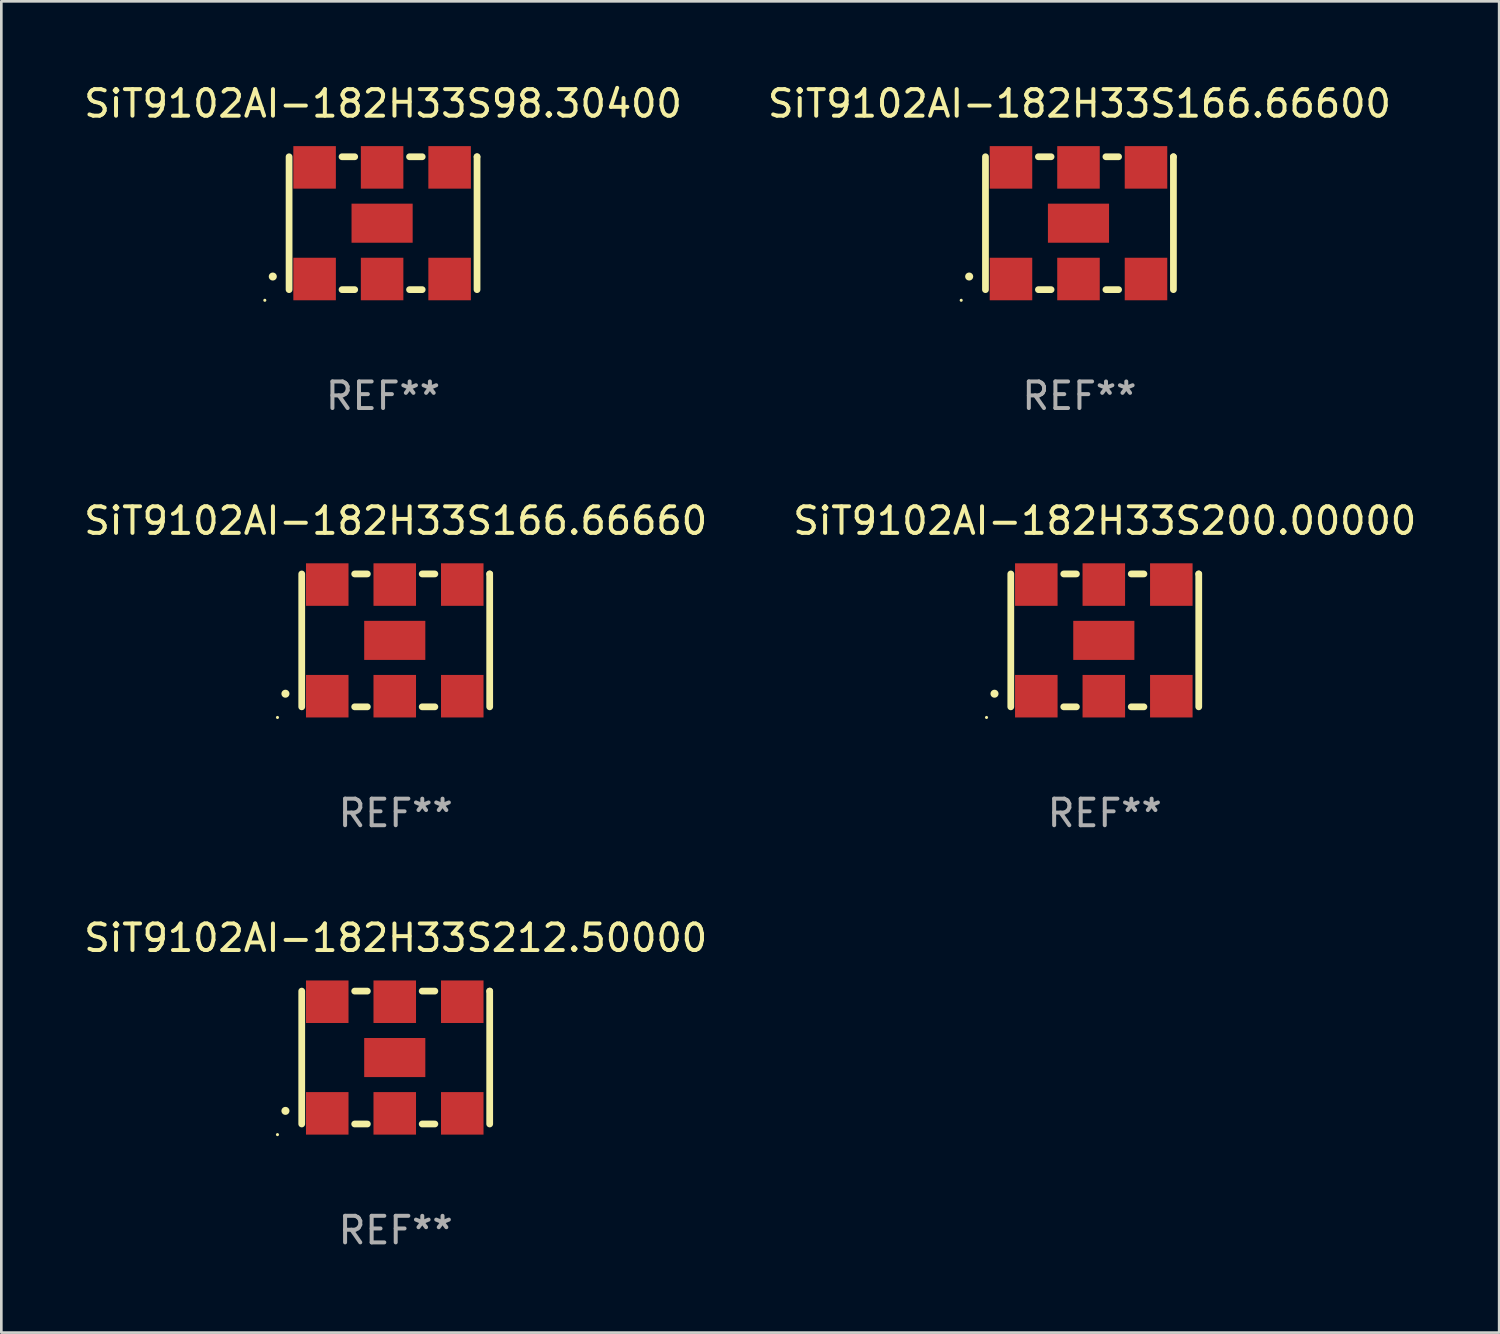
<source format=kicad_pcb>
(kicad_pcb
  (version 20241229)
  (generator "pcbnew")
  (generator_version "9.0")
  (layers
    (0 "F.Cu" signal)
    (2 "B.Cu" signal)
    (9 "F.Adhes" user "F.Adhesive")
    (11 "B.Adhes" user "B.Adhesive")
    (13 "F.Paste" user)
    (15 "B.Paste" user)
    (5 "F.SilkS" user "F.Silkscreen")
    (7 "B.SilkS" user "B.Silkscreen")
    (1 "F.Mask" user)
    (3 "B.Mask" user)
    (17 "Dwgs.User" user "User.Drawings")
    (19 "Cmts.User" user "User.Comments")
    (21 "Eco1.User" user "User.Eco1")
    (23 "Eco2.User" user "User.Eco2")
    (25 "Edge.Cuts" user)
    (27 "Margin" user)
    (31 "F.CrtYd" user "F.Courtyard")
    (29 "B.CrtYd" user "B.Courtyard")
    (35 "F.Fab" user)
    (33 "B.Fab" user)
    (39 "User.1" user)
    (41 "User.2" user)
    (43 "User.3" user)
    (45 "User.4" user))
  (footprint "SiT9102AI-182H33S200.00000"
    (layer "F.Cu")
    (at 38.518 21.045)
    (property "Reference" "SiT9102AI-182H33S200.00000" (at 0 -4.5 0) (layer "F.SilkS") (effects (font (size 1 1) (thickness 0.15))))
    (attr through_hole)
    (fp_line (start -3.536 -2.5) (end -3.536 2.5) (stroke (width 0.254) (type solid)) (layer "F.SilkS"))
    (fp_line (start -1.544 2.5) (end -1.067 2.5) (stroke (width 0.254) (type solid)) (layer "F.SilkS"))
    (fp_line (start -1.067 -2.5) (end -1.544 -2.5) (stroke (width 0.254) (type solid)) (layer "F.SilkS"))
    (fp_line (start 0.996 2.5) (end 1.473 2.5) (stroke (width 0.254) (type solid)) (layer "F.SilkS"))
    (fp_line (start 1.473 -2.5) (end 0.996 -2.5) (stroke (width 0.254) (type solid)) (layer "F.SilkS"))
    (fp_line (start 3.536 -2.5) (end 3.536 -2.5) (stroke (width 0.254) (type solid)) (layer "F.SilkS"))
    (fp_line (start 3.536 2.5) (end 3.536 -2.5) (stroke (width 0.254) (type solid)) (layer "F.SilkS"))
    (fp_arc (start -4.150432 2.006604) (mid -4.149162 2.006599) (end -4.147892 2.006604) (stroke (width 0.3) (type solid)) (layer "F.SilkS"))
    (fp_circle (center -4.449 2.9) (end -4.419 2.9) (stroke (width 0.06) (type solid)) (fill no) (layer "F.SilkS"))
    (fp_text user "REF**" (at 0 6.5 0) (layer "F.Fab") (effects (font (size 1 1) (thickness 0.15))))
    (pad "1" smd rect (at -2.576 2.1) (size 1.6 1.6) (layers "F.Cu" "F.Mask" "F.Paste"))
    (pad "2" smd rect (at -0.036 2.1) (size 1.6 1.6) (layers "F.Cu" "F.Mask" "F.Paste"))
    (pad "3" smd rect (at 2.504 2.1) (size 1.6 1.6) (layers "F.Cu" "F.Mask" "F.Paste"))
    (pad "4" smd rect (at 2.504 -2.1) (size 1.6 1.6) (layers "F.Cu" "F.Mask" "F.Paste"))
    (pad "5" smd rect (at -0.036 -2.1) (size 1.6 1.6) (layers "F.Cu" "F.Mask" "F.Paste"))
    (pad "6" smd rect (at -2.576 -2.1) (size 1.6 1.6) (layers "F.Cu" "F.Mask" "F.Paste"))
    (pad "7" smd rect (at -0.036 0) (size 2.3 1.47) (layers "F.Cu" "F.Mask" "F.Paste")))
  (footprint "SiT9102AI-182H33S212.50000"
    (layer "F.Cu")
    (at 11.839 36.741)
    (property "Reference" "SiT9102AI-182H33S212.50000" (at 0 -4.5 0) (layer "F.SilkS") (effects (font (size 1 1) (thickness 0.15))))
    (attr through_hole)
    (fp_line (start -3.536 -2.5) (end -3.536 2.5) (stroke (width 0.254) (type solid)) (layer "F.SilkS"))
    (fp_line (start -1.544 2.5) (end -1.067 2.5) (stroke (width 0.254) (type solid)) (layer "F.SilkS"))
    (fp_line (start -1.067 -2.5) (end -1.544 -2.5) (stroke (width 0.254) (type solid)) (layer "F.SilkS"))
    (fp_line (start 0.996 2.5) (end 1.473 2.5) (stroke (width 0.254) (type solid)) (layer "F.SilkS"))
    (fp_line (start 1.473 -2.5) (end 0.996 -2.5) (stroke (width 0.254) (type solid)) (layer "F.SilkS"))
    (fp_line (start 3.536 -2.5) (end 3.536 -2.5) (stroke (width 0.254) (type solid)) (layer "F.SilkS"))
    (fp_line (start 3.536 2.5) (end 3.536 -2.5) (stroke (width 0.254) (type solid)) (layer "F.SilkS"))
    (fp_arc (start -4.150432 2.006604) (mid -4.149162 2.006599) (end -4.147892 2.006604) (stroke (width 0.3) (type solid)) (layer "F.SilkS"))
    (fp_circle (center -4.449 2.9) (end -4.419 2.9) (stroke (width 0.06) (type solid)) (fill no) (layer "F.SilkS"))
    (fp_text user "REF**" (at 0 6.5 0) (layer "F.Fab") (effects (font (size 1 1) (thickness 0.15))))
    (pad "1" smd rect (at -2.576 2.1) (size 1.6 1.6) (layers "F.Cu" "F.Mask" "F.Paste"))
    (pad "2" smd rect (at -0.036 2.1) (size 1.6 1.6) (layers "F.Cu" "F.Mask" "F.Paste"))
    (pad "3" smd rect (at 2.504 2.1) (size 1.6 1.6) (layers "F.Cu" "F.Mask" "F.Paste"))
    (pad "4" smd rect (at 2.504 -2.1) (size 1.6 1.6) (layers "F.Cu" "F.Mask" "F.Paste"))
    (pad "5" smd rect (at -0.036 -2.1) (size 1.6 1.6) (layers "F.Cu" "F.Mask" "F.Paste"))
    (pad "6" smd rect (at -2.576 -2.1) (size 1.6 1.6) (layers "F.Cu" "F.Mask" "F.Paste"))
    (pad "7" smd rect (at -0.036 0) (size 2.3 1.47) (layers "F.Cu" "F.Mask" "F.Paste")))
  (footprint "SiT9102AI-182H33S98.30400"
    (layer "F.Cu")
    (at 11.363 5.348)
    (property "Reference" "SiT9102AI-182H33S98.30400" (at 0 -4.5 0) (layer "F.SilkS") (effects (font (size 1 1) (thickness 0.15))))
    (attr through_hole)
    (fp_line (start -3.536 -2.5) (end -3.536 2.5) (stroke (width 0.254) (type solid)) (layer "F.SilkS"))
    (fp_line (start -1.544 2.5) (end -1.067 2.5) (stroke (width 0.254) (type solid)) (layer "F.SilkS"))
    (fp_line (start -1.067 -2.5) (end -1.544 -2.5) (stroke (width 0.254) (type solid)) (layer "F.SilkS"))
    (fp_line (start 0.996 2.5) (end 1.473 2.5) (stroke (width 0.254) (type solid)) (layer "F.SilkS"))
    (fp_line (start 1.473 -2.5) (end 0.996 -2.5) (stroke (width 0.254) (type solid)) (layer "F.SilkS"))
    (fp_line (start 3.536 -2.5) (end 3.536 -2.5) (stroke (width 0.254) (type solid)) (layer "F.SilkS"))
    (fp_line (start 3.536 2.5) (end 3.536 -2.5) (stroke (width 0.254) (type solid)) (layer "F.SilkS"))
    (fp_arc (start -4.150432 2.006604) (mid -4.149162 2.006599) (end -4.147892 2.006604) (stroke (width 0.3) (type solid)) (layer "F.SilkS"))
    (fp_circle (center -4.449 2.9) (end -4.419 2.9) (stroke (width 0.06) (type solid)) (fill no) (layer "F.SilkS"))
    (fp_text user "REF**" (at 0 6.5 0) (layer "F.Fab") (effects (font (size 1 1) (thickness 0.15))))
    (pad "1" smd rect (at -2.576 2.1) (size 1.6 1.6) (layers "F.Cu" "F.Mask" "F.Paste"))
    (pad "2" smd rect (at -0.036 2.1) (size 1.6 1.6) (layers "F.Cu" "F.Mask" "F.Paste"))
    (pad "3" smd rect (at 2.504 2.1) (size 1.6 1.6) (layers "F.Cu" "F.Mask" "F.Paste"))
    (pad "4" smd rect (at 2.504 -2.1) (size 1.6 1.6) (layers "F.Cu" "F.Mask" "F.Paste"))
    (pad "5" smd rect (at -0.036 -2.1) (size 1.6 1.6) (layers "F.Cu" "F.Mask" "F.Paste"))
    (pad "6" smd rect (at -2.576 -2.1) (size 1.6 1.6) (layers "F.Cu" "F.Mask" "F.Paste"))
    (pad "7" smd rect (at -0.036 0) (size 2.3 1.47) (layers "F.Cu" "F.Mask" "F.Paste")))
  (footprint "SiT9102AI-182H33S166.66600"
    (layer "F.Cu")
    (at 37.565 5.348)
    (property "Reference" "SiT9102AI-182H33S166.66600" (at 0 -4.5 0) (layer "F.SilkS") (effects (font (size 1 1) (thickness 0.15))))
    (attr through_hole)
    (fp_line (start -3.536 -2.5) (end -3.536 2.5) (stroke (width 0.254) (type solid)) (layer "F.SilkS"))
    (fp_line (start -1.544 2.5) (end -1.067 2.5) (stroke (width 0.254) (type solid)) (layer "F.SilkS"))
    (fp_line (start -1.067 -2.5) (end -1.544 -2.5) (stroke (width 0.254) (type solid)) (layer "F.SilkS"))
    (fp_line (start 0.996 2.5) (end 1.473 2.5) (stroke (width 0.254) (type solid)) (layer "F.SilkS"))
    (fp_line (start 1.473 -2.5) (end 0.996 -2.5) (stroke (width 0.254) (type solid)) (layer "F.SilkS"))
    (fp_line (start 3.536 -2.5) (end 3.536 -2.5) (stroke (width 0.254) (type solid)) (layer "F.SilkS"))
    (fp_line (start 3.536 2.5) (end 3.536 -2.5) (stroke (width 0.254) (type solid)) (layer "F.SilkS"))
    (fp_arc (start -4.150432 2.006604) (mid -4.149162 2.006599) (end -4.147892 2.006604) (stroke (width 0.3) (type solid)) (layer "F.SilkS"))
    (fp_circle (center -4.449 2.9) (end -4.419 2.9) (stroke (width 0.06) (type solid)) (fill no) (layer "F.SilkS"))
    (fp_text user "REF**" (at 0 6.5 0) (layer "F.Fab") (effects (font (size 1 1) (thickness 0.15))))
    (pad "1" smd rect (at -2.576 2.1) (size 1.6 1.6) (layers "F.Cu" "F.Mask" "F.Paste"))
    (pad "2" smd rect (at -0.036 2.1) (size 1.6 1.6) (layers "F.Cu" "F.Mask" "F.Paste"))
    (pad "3" smd rect (at 2.504 2.1) (size 1.6 1.6) (layers "F.Cu" "F.Mask" "F.Paste"))
    (pad "4" smd rect (at 2.504 -2.1) (size 1.6 1.6) (layers "F.Cu" "F.Mask" "F.Paste"))
    (pad "5" smd rect (at -0.036 -2.1) (size 1.6 1.6) (layers "F.Cu" "F.Mask" "F.Paste"))
    (pad "6" smd rect (at -2.576 -2.1) (size 1.6 1.6) (layers "F.Cu" "F.Mask" "F.Paste"))
    (pad "7" smd rect (at -0.036 0) (size 2.3 1.47) (layers "F.Cu" "F.Mask" "F.Paste")))
  (footprint "SiT9102AI-182H33S166.66660"
    (layer "F.Cu")
    (at 11.839 21.045)
    (property "Reference" "SiT9102AI-182H33S166.66660" (at 0 -4.5 0) (layer "F.SilkS") (effects (font (size 1 1) (thickness 0.15))))
    (attr through_hole)
    (fp_line (start -3.536 -2.5) (end -3.536 2.5) (stroke (width 0.254) (type solid)) (layer "F.SilkS"))
    (fp_line (start -1.544 2.5) (end -1.067 2.5) (stroke (width 0.254) (type solid)) (layer "F.SilkS"))
    (fp_line (start -1.067 -2.5) (end -1.544 -2.5) (stroke (width 0.254) (type solid)) (layer "F.SilkS"))
    (fp_line (start 0.996 2.5) (end 1.473 2.5) (stroke (width 0.254) (type solid)) (layer "F.SilkS"))
    (fp_line (start 1.473 -2.5) (end 0.996 -2.5) (stroke (width 0.254) (type solid)) (layer "F.SilkS"))
    (fp_line (start 3.536 -2.5) (end 3.536 -2.5) (stroke (width 0.254) (type solid)) (layer "F.SilkS"))
    (fp_line (start 3.536 2.5) (end 3.536 -2.5) (stroke (width 0.254) (type solid)) (layer "F.SilkS"))
    (fp_arc (start -4.150432 2.006604) (mid -4.149162 2.006599) (end -4.147892 2.006604) (stroke (width 0.3) (type solid)) (layer "F.SilkS"))
    (fp_circle (center -4.449 2.9) (end -4.419 2.9) (stroke (width 0.06) (type solid)) (fill no) (layer "F.SilkS"))
    (fp_text user "REF**" (at 0 6.5 0) (layer "F.Fab") (effects (font (size 1 1) (thickness 0.15))))
    (pad "1" smd rect (at -2.576 2.1) (size 1.6 1.6) (layers "F.Cu" "F.Mask" "F.Paste"))
    (pad "2" smd rect (at -0.036 2.1) (size 1.6 1.6) (layers "F.Cu" "F.Mask" "F.Paste"))
    (pad "3" smd rect (at 2.504 2.1) (size 1.6 1.6) (layers "F.Cu" "F.Mask" "F.Paste"))
    (pad "4" smd rect (at 2.504 -2.1) (size 1.6 1.6) (layers "F.Cu" "F.Mask" "F.Paste"))
    (pad "5" smd rect (at -0.036 -2.1) (size 1.6 1.6) (layers "F.Cu" "F.Mask" "F.Paste"))
    (pad "6" smd rect (at -2.576 -2.1) (size 1.6 1.6) (layers "F.Cu" "F.Mask" "F.Paste"))
    (pad "7" smd rect (at -0.036 0) (size 2.3 1.47) (layers "F.Cu" "F.Mask" "F.Paste")))
  (gr_rect
    (start -3 -3)
    (end 53.357 47.09)
    (stroke (width 0.1) (type default))
    (fill no)
    (layer "Edge.Cuts")))
</source>
